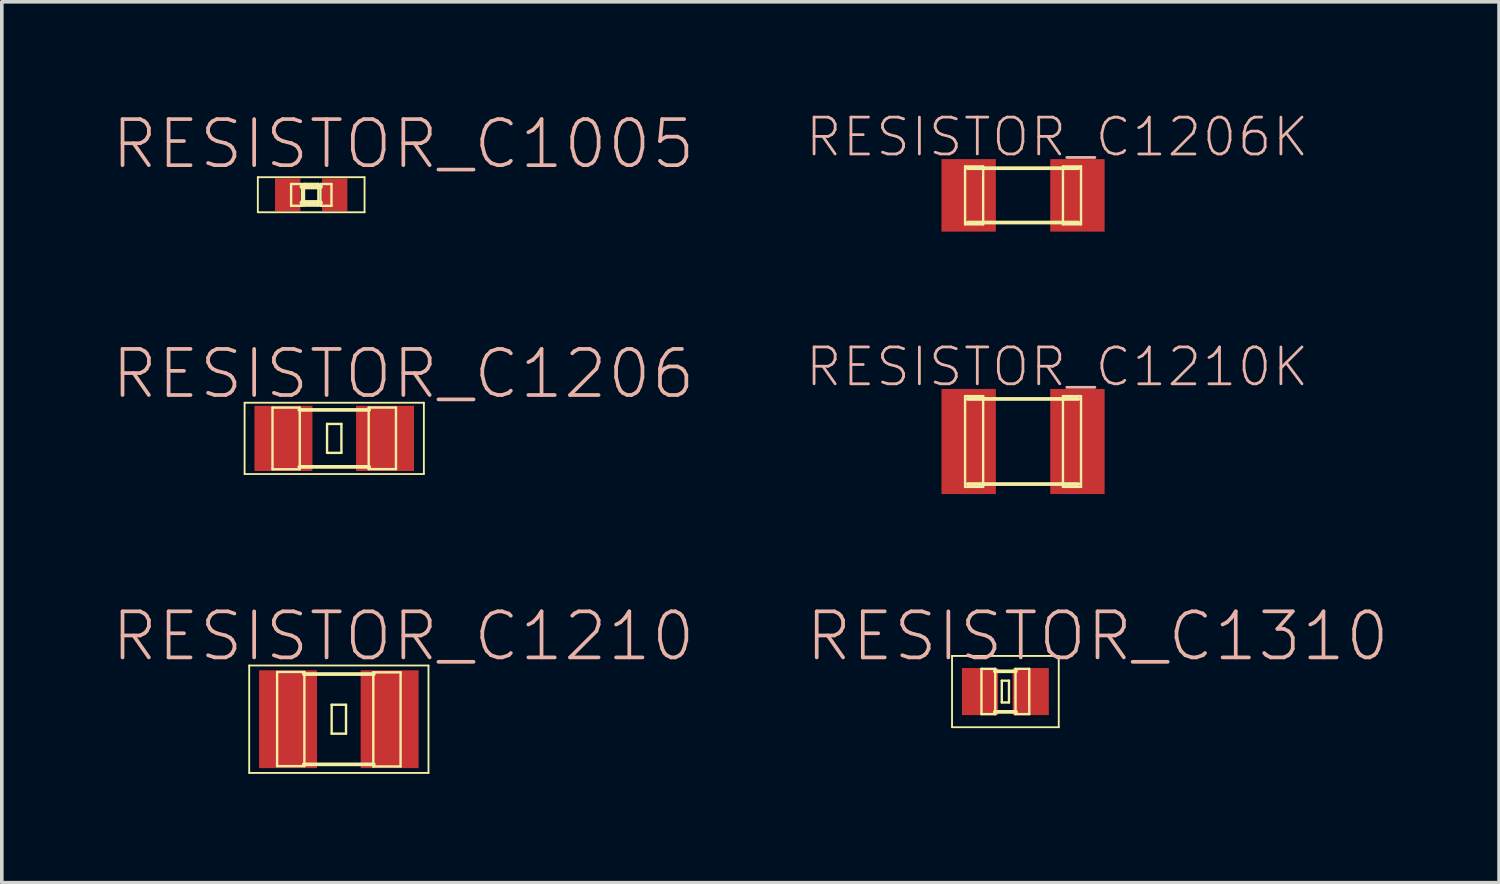
<source format=kicad_pcb>
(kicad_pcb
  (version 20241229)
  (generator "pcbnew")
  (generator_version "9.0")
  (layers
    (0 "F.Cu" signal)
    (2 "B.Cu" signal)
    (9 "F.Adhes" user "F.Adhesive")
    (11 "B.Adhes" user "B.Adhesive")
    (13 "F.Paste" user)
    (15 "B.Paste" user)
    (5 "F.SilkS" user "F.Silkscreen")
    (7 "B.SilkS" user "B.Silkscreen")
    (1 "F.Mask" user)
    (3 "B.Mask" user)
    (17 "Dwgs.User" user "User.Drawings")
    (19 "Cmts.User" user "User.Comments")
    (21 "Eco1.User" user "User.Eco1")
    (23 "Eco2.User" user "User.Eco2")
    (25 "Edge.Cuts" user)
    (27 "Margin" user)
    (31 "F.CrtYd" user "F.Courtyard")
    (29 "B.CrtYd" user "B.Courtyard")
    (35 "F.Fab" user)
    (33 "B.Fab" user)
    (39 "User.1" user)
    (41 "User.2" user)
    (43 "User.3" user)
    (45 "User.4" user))
  (footprint "RESISTOR_C1206"
    (layer "F.Cu")
    (at 6.164 9.035)
    (property "Reference" "RESISTOR_C1206" (at 1.905 -1.778 0) (layer "B.SilkS") (effects (font (size 1.27 1.27) (thickness 0.102))))
    (attr smd)
    (fp_line (start -2.471 -0.983) (end 2.471 -0.983) (stroke (width 0.051) (type solid)) (layer "F.SilkS"))
    (fp_line (start -2.471 0.983) (end -2.471 -0.983) (stroke (width 0.051) (type solid)) (layer "F.SilkS"))
    (fp_line (start -1.702 -0.848) (end -0.95 -0.848) (stroke (width 0.066) (type solid)) (layer "F.SilkS"))
    (fp_line (start -1.702 0.851) (end -1.702 -0.848) (stroke (width 0.066) (type solid)) (layer "F.SilkS"))
    (fp_line (start -1.702 0.851) (end -0.95 0.851) (stroke (width 0.066) (type solid)) (layer "F.SilkS"))
    (fp_line (start -0.963 -0.785) (end 0.963 -0.785) (stroke (width 0.102) (type solid)) (layer "F.SilkS"))
    (fp_line (start -0.963 0.785) (end 0.963 0.785) (stroke (width 0.102) (type solid)) (layer "F.SilkS"))
    (fp_line (start -0.95 0.851) (end -0.95 -0.848) (stroke (width 0.066) (type solid)) (layer "F.SilkS"))
    (fp_line (start -0.198 -0.399) (end 0.198 -0.399) (stroke (width 0.066) (type solid)) (layer "F.SilkS"))
    (fp_line (start -0.198 0.399) (end -0.198 -0.399) (stroke (width 0.066) (type solid)) (layer "F.SilkS"))
    (fp_line (start -0.198 0.399) (end 0.198 0.399) (stroke (width 0.066) (type solid)) (layer "F.SilkS"))
    (fp_line (start 0.198 0.399) (end 0.198 -0.399) (stroke (width 0.066) (type solid)) (layer "F.SilkS"))
    (fp_line (start 0.95 -0.851) (end 1.702 -0.851) (stroke (width 0.066) (type solid)) (layer "F.SilkS"))
    (fp_line (start 0.95 0.848) (end 0.95 -0.851) (stroke (width 0.066) (type solid)) (layer "F.SilkS"))
    (fp_line (start 0.95 0.848) (end 1.702 0.848) (stroke (width 0.066) (type solid)) (layer "F.SilkS"))
    (fp_line (start 1.702 0.848) (end 1.702 -0.851) (stroke (width 0.066) (type solid)) (layer "F.SilkS"))
    (fp_line (start 2.471 -0.983) (end 2.471 0.983) (stroke (width 0.051) (type solid)) (layer "F.SilkS"))
    (fp_line (start 2.471 0.983) (end -2.471 0.983) (stroke (width 0.051) (type solid)) (layer "F.SilkS"))
    (pad "1" smd rect (at -1.4 0) (size 1.598 1.798) (layers "F.Cu" "F.Mask" "F.Paste"))
    (pad "2" smd rect (at 1.4 0) (size 1.598 1.798) (layers "F.Cu" "F.Mask" "F.Paste")))
  (footprint "RESISTOR_C1005"
    (layer "F.Cu")
    (at 5.529 2.318)
    (property "Reference" "RESISTOR_C1005" (at 2.54 -1.397 0) (layer "B.SilkS") (effects (font (size 1.27 1.27) (thickness 0.102))))
    (attr smd)
    (fp_line (start -1.471 -0.483) (end 1.471 -0.483) (stroke (width 0.051) (type solid)) (layer "F.SilkS"))
    (fp_line (start -1.471 0.483) (end -1.471 -0.483) (stroke (width 0.051) (type solid)) (layer "F.SilkS"))
    (fp_line (start -0.554 -0.295) (end -0.254 -0.295) (stroke (width 0.066) (type solid)) (layer "F.SilkS"))
    (fp_line (start -0.554 0.305) (end -0.554 -0.295) (stroke (width 0.066) (type solid)) (layer "F.SilkS"))
    (fp_line (start -0.554 0.305) (end -0.254 0.305) (stroke (width 0.066) (type solid)) (layer "F.SilkS"))
    (fp_line (start -0.254 0.305) (end -0.254 -0.295) (stroke (width 0.066) (type solid)) (layer "F.SilkS"))
    (fp_line (start -0.244 -0.224) (end 0.244 -0.224) (stroke (width 0.152) (type solid)) (layer "F.SilkS"))
    (fp_line (start -0.198 -0.3) (end 0.198 -0.3) (stroke (width 0.066) (type solid)) (layer "F.SilkS"))
    (fp_line (start -0.198 0.3) (end -0.198 -0.3) (stroke (width 0.066) (type solid)) (layer "F.SilkS"))
    (fp_line (start -0.198 0.3) (end 0.198 0.3) (stroke (width 0.066) (type solid)) (layer "F.SilkS"))
    (fp_line (start 0.198 0.3) (end 0.198 -0.3) (stroke (width 0.066) (type solid)) (layer "F.SilkS"))
    (fp_line (start 0.244 0.224) (end -0.244 0.224) (stroke (width 0.152) (type solid)) (layer "F.SilkS"))
    (fp_line (start 0.257 -0.295) (end 0.559 -0.295) (stroke (width 0.066) (type solid)) (layer "F.SilkS"))
    (fp_line (start 0.257 0.305) (end 0.257 -0.295) (stroke (width 0.066) (type solid)) (layer "F.SilkS"))
    (fp_line (start 0.257 0.305) (end 0.559 0.305) (stroke (width 0.066) (type solid)) (layer "F.SilkS"))
    (fp_line (start 0.559 0.305) (end 0.559 -0.295) (stroke (width 0.066) (type solid)) (layer "F.SilkS"))
    (fp_line (start 1.471 -0.483) (end 1.471 0.483) (stroke (width 0.051) (type solid)) (layer "F.SilkS"))
    (fp_line (start 1.471 0.483) (end -1.471 0.483) (stroke (width 0.051) (type solid)) (layer "F.SilkS"))
    (pad "1" smd rect (at -0.648 0) (size 0.699 0.899) (layers "F.Cu" "F.Mask" "F.Paste"))
    (pad "2" smd rect (at 0.648 0) (size 0.699 0.899) (layers "F.Cu" "F.Mask" "F.Paste")))
  (footprint "RESISTOR_C1206K"
    (layer "F.Cu")
    (at 25.153 2.336)
    (property "Reference" "RESISTOR_C1206K" (at 0.94 -1.608 0) (layer "B.SilkS") (effects (font (size 1.016 1.016) (thickness 0.076))))
    (attr smd)
    (fp_line (start -1.598 -0.798) (end -1.1 -0.798) (stroke (width 0.066) (type solid)) (layer "F.SilkS"))
    (fp_line (start -1.598 0.798) (end -1.598 -0.798) (stroke (width 0.066) (type solid)) (layer "F.SilkS"))
    (fp_line (start -1.598 0.798) (end -1.1 0.798) (stroke (width 0.066) (type solid)) (layer "F.SilkS"))
    (fp_line (start -1.524 -0.749) (end 1.524 -0.749) (stroke (width 0.102) (type solid)) (layer "F.SilkS"))
    (fp_line (start -1.1 0.798) (end -1.1 -0.798) (stroke (width 0.066) (type solid)) (layer "F.SilkS"))
    (fp_line (start 1.1 -0.798) (end 1.598 -0.798) (stroke (width 0.066) (type solid)) (layer "F.SilkS"))
    (fp_line (start 1.1 0.798) (end 1.1 -0.798) (stroke (width 0.066) (type solid)) (layer "F.SilkS"))
    (fp_line (start 1.1 0.798) (end 1.598 0.798) (stroke (width 0.066) (type solid)) (layer "F.SilkS"))
    (fp_line (start 1.524 0.749) (end -1.524 0.749) (stroke (width 0.102) (type solid)) (layer "F.SilkS"))
    (fp_line (start 1.598 0.798) (end 1.598 -0.798) (stroke (width 0.066) (type solid)) (layer "F.SilkS"))
    (pad "1" smd rect (at -1.499 0) (size 1.499 1.999) (layers "F.Cu" "F.Mask" "F.Paste"))
    (pad "2" smd rect (at 1.499 0) (size 1.499 1.999) (layers "F.Cu" "F.Mask" "F.Paste")))
  (footprint "RESISTOR_C1210"
    (layer "F.Cu")
    (at 6.291 16.777)
    (property "Reference" "RESISTOR_C1210" (at 1.778 -2.286 0) (layer "B.SilkS") (effects (font (size 1.27 1.27) (thickness 0.102))))
    (attr smd)
    (fp_line (start -2.471 -1.481) (end 2.471 -1.481) (stroke (width 0.051) (type solid)) (layer "F.SilkS"))
    (fp_line (start -2.471 1.481) (end -2.471 -1.481) (stroke (width 0.051) (type solid)) (layer "F.SilkS"))
    (fp_line (start -1.702 -1.303) (end -0.95 -1.303) (stroke (width 0.066) (type solid)) (layer "F.SilkS"))
    (fp_line (start -1.702 1.293) (end -1.702 -1.303) (stroke (width 0.066) (type solid)) (layer "F.SilkS"))
    (fp_line (start -1.702 1.293) (end -0.95 1.293) (stroke (width 0.066) (type solid)) (layer "F.SilkS"))
    (fp_line (start -0.965 -1.245) (end 0.965 -1.245) (stroke (width 0.102) (type solid)) (layer "F.SilkS"))
    (fp_line (start -0.965 1.245) (end 0.965 1.245) (stroke (width 0.102) (type solid)) (layer "F.SilkS"))
    (fp_line (start -0.95 1.293) (end -0.95 -1.303) (stroke (width 0.066) (type solid)) (layer "F.SilkS"))
    (fp_line (start -0.198 -0.399) (end 0.198 -0.399) (stroke (width 0.066) (type solid)) (layer "F.SilkS"))
    (fp_line (start -0.198 0.399) (end -0.198 -0.399) (stroke (width 0.066) (type solid)) (layer "F.SilkS"))
    (fp_line (start -0.198 0.399) (end 0.198 0.399) (stroke (width 0.066) (type solid)) (layer "F.SilkS"))
    (fp_line (start 0.198 0.399) (end 0.198 -0.399) (stroke (width 0.066) (type solid)) (layer "F.SilkS"))
    (fp_line (start 0.95 -1.293) (end 1.702 -1.293) (stroke (width 0.066) (type solid)) (layer "F.SilkS"))
    (fp_line (start 0.95 1.303) (end 0.95 -1.293) (stroke (width 0.066) (type solid)) (layer "F.SilkS"))
    (fp_line (start 0.95 1.303) (end 1.702 1.303) (stroke (width 0.066) (type solid)) (layer "F.SilkS"))
    (fp_line (start 1.702 1.303) (end 1.702 -1.293) (stroke (width 0.066) (type solid)) (layer "F.SilkS"))
    (fp_line (start 2.471 -1.481) (end 2.471 1.481) (stroke (width 0.051) (type solid)) (layer "F.SilkS"))
    (fp_line (start 2.471 1.481) (end -2.471 1.481) (stroke (width 0.051) (type solid)) (layer "F.SilkS"))
    (pad "1" smd rect (at -1.4 0) (size 1.598 2.697) (layers "F.Cu" "F.Mask" "F.Paste"))
    (pad "2" smd rect (at 1.4 0) (size 1.598 2.697) (layers "F.Cu" "F.Mask" "F.Paste")))
  (footprint "RESISTOR_C1210K"
    (layer "F.Cu")
    (at 25.153 9.121)
    (property "Reference" "RESISTOR_C1210K" (at 0.94 -2.057 0) (layer "B.SilkS") (effects (font (size 1.016 1.016) (thickness 0.076))))
    (attr smd)
    (fp_line (start -1.598 -1.25) (end -1.1 -1.25) (stroke (width 0.066) (type solid)) (layer "F.SilkS"))
    (fp_line (start -1.598 1.25) (end -1.598 -1.25) (stroke (width 0.066) (type solid)) (layer "F.SilkS"))
    (fp_line (start -1.598 1.25) (end -1.1 1.25) (stroke (width 0.066) (type solid)) (layer "F.SilkS"))
    (fp_line (start -1.524 -1.173) (end 1.524 -1.173) (stroke (width 0.102) (type solid)) (layer "F.SilkS"))
    (fp_line (start -1.1 1.25) (end -1.1 -1.25) (stroke (width 0.066) (type solid)) (layer "F.SilkS"))
    (fp_line (start 1.1 -1.25) (end 1.598 -1.25) (stroke (width 0.066) (type solid)) (layer "F.SilkS"))
    (fp_line (start 1.1 1.25) (end 1.1 -1.25) (stroke (width 0.066) (type solid)) (layer "F.SilkS"))
    (fp_line (start 1.1 1.25) (end 1.598 1.25) (stroke (width 0.066) (type solid)) (layer "F.SilkS"))
    (fp_line (start 1.524 1.173) (end -1.524 1.173) (stroke (width 0.102) (type solid)) (layer "F.SilkS"))
    (fp_line (start 1.598 1.25) (end 1.598 -1.25) (stroke (width 0.066) (type solid)) (layer "F.SilkS"))
    (pad "1" smd rect (at -1.499 0) (size 1.499 2.898) (layers "F.Cu" "F.Mask" "F.Paste"))
    (pad "2" smd rect (at 1.499 0) (size 1.499 2.898) (layers "F.Cu" "F.Mask" "F.Paste")))
  (footprint "RESISTOR_C1310"
    (layer "F.Cu")
    (at 24.666 16.015)
    (property "Reference" "RESISTOR_C1310" (at 2.54 -1.524 0) (layer "B.SilkS") (effects (font (size 1.27 1.27) (thickness 0.102))))
    (attr smd)
    (fp_line (start -1.471 -0.983) (end 1.471 -0.983) (stroke (width 0.051) (type solid)) (layer "F.SilkS"))
    (fp_line (start -1.471 0.983) (end -1.471 -0.983) (stroke (width 0.051) (type solid)) (layer "F.SilkS"))
    (fp_line (start -0.66 -0.627) (end -0.279 -0.627) (stroke (width 0.066) (type solid)) (layer "F.SilkS"))
    (fp_line (start -0.66 0.622) (end -0.66 -0.627) (stroke (width 0.066) (type solid)) (layer "F.SilkS"))
    (fp_line (start -0.66 0.622) (end -0.279 0.622) (stroke (width 0.066) (type solid)) (layer "F.SilkS"))
    (fp_line (start -0.292 -0.559) (end 0.292 -0.559) (stroke (width 0.102) (type solid)) (layer "F.SilkS"))
    (fp_line (start -0.292 0.559) (end 0.292 0.559) (stroke (width 0.102) (type solid)) (layer "F.SilkS"))
    (fp_line (start -0.279 0.622) (end -0.279 -0.627) (stroke (width 0.066) (type solid)) (layer "F.SilkS"))
    (fp_line (start -0.099 -0.3) (end 0.099 -0.3) (stroke (width 0.066) (type solid)) (layer "F.SilkS"))
    (fp_line (start -0.099 0.3) (end -0.099 -0.3) (stroke (width 0.066) (type solid)) (layer "F.SilkS"))
    (fp_line (start -0.099 0.3) (end 0.099 0.3) (stroke (width 0.066) (type solid)) (layer "F.SilkS"))
    (fp_line (start 0.099 0.3) (end 0.099 -0.3) (stroke (width 0.066) (type solid)) (layer "F.SilkS"))
    (fp_line (start 0.279 -0.627) (end 0.658 -0.627) (stroke (width 0.066) (type solid)) (layer "F.SilkS"))
    (fp_line (start 0.279 0.622) (end 0.279 -0.627) (stroke (width 0.066) (type solid)) (layer "F.SilkS"))
    (fp_line (start 0.279 0.622) (end 0.658 0.622) (stroke (width 0.066) (type solid)) (layer "F.SilkS"))
    (fp_line (start 0.658 0.622) (end 0.658 -0.627) (stroke (width 0.066) (type solid)) (layer "F.SilkS"))
    (fp_line (start 1.471 -0.983) (end 1.471 0.983) (stroke (width 0.051) (type solid)) (layer "F.SilkS"))
    (fp_line (start 1.471 0.983) (end -1.471 0.983) (stroke (width 0.051) (type solid)) (layer "F.SilkS"))
    (pad "1" smd rect (at -0.699 0) (size 0.998 1.298) (layers "F.Cu" "F.Mask" "F.Paste"))
    (pad "2" smd rect (at 0.699 0) (size 0.998 1.298) (layers "F.Cu" "F.Mask" "F.Paste")))
  (gr_rect
    (start -3 -3)
    (end 38.275 21.283)
    (stroke (width 0.1) (type default))
    (fill no)
    (layer "Edge.Cuts")))
</source>
